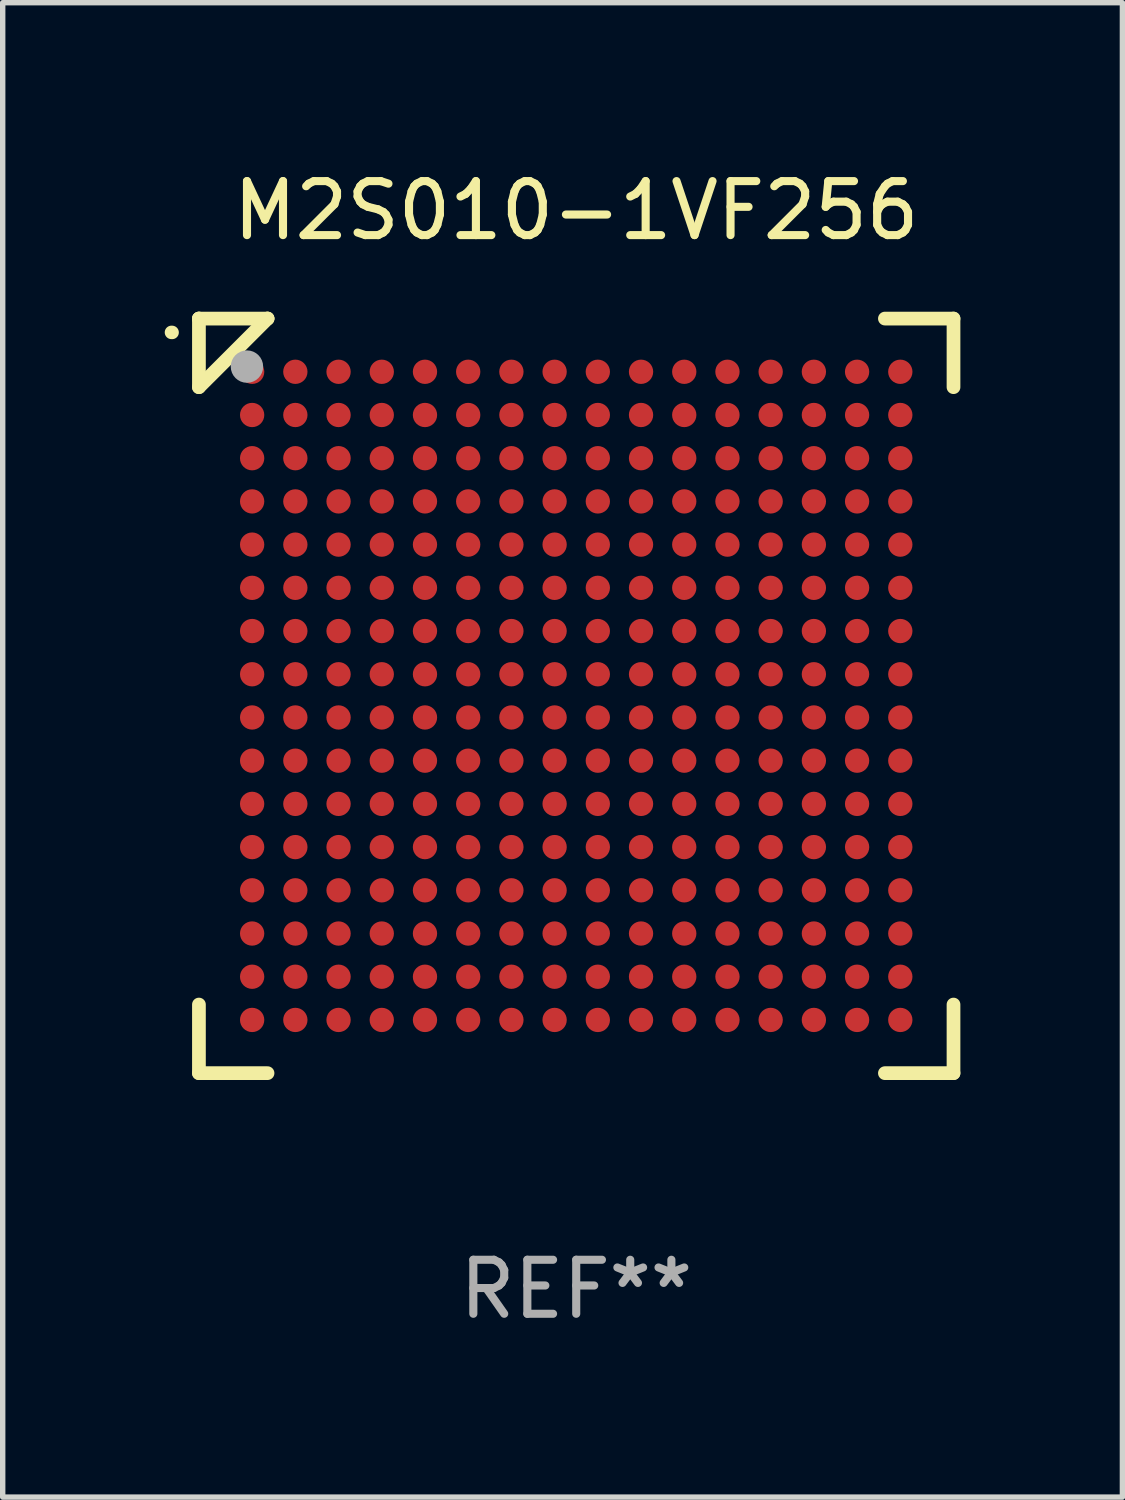
<source format=kicad_pcb>
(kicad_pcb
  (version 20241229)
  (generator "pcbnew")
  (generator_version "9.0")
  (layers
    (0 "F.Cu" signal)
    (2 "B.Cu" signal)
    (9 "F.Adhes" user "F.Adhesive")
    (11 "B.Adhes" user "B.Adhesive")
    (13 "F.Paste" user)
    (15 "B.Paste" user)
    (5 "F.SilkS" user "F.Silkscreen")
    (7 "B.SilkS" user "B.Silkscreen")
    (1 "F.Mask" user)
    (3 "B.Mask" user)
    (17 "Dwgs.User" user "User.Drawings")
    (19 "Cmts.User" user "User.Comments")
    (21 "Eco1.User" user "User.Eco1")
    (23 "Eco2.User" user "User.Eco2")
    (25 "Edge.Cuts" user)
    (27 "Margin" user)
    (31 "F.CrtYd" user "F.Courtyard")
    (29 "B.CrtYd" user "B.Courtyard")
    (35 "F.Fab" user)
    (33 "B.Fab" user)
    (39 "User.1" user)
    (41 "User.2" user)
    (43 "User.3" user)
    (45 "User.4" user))
  (footprint "M2S010-1VF256"
    (layer "F.Cu")
    (at 7.618 9.833)
    (property "Reference" "M2S010-1VF256" (at 0 -8.985 0) (layer "F.SilkS") (effects (font (size 1 1) (thickness 0.15))))
    (attr through_hole)
    (fp_line (start -6.985 -5.715) (end -6.985 -6.985) (stroke (width 0.254) (type solid)) (layer "F.SilkS"))
    (fp_line (start -6.985 6.985) (end -6.985 5.715) (stroke (width 0.254) (type solid)) (layer "F.SilkS"))
    (fp_line (start -6.985 -6.985) (end -6.985 -6.985) (stroke (width 0.254) (type solid)) (layer "F.SilkS"))
    (fp_line (start -5.715 -6.985) (end -6.985 -5.715) (stroke (width 0.254) (type solid)) (layer "F.SilkS"))
    (fp_line (start -5.715 6.985) (end -6.985 6.985) (stroke (width 0.254) (type solid)) (layer "F.SilkS"))
    (fp_line (start -5.715 -6.985) (end -6.985 -6.985) (stroke (width 0.254) (type solid)) (layer "F.SilkS"))
    (fp_line (start -5.715 -6.985) (end -5.715 -6.985) (stroke (width 0.254) (type solid)) (layer "F.SilkS"))
    (fp_line (start 5.715 -6.985) (end 6.985 -6.985) (stroke (width 0.254) (type solid)) (layer "F.SilkS"))
    (fp_line (start 6.985 -6.985) (end 6.985 -5.715) (stroke (width 0.254) (type solid)) (layer "F.SilkS"))
    (fp_line (start 6.985 5.715) (end 6.985 6.985) (stroke (width 0.254) (type solid)) (layer "F.SilkS"))
    (fp_line (start 6.985 6.985) (end 5.715 6.985) (stroke (width 0.254) (type solid)) (layer "F.SilkS"))
    (fp_arc (start -7.493091 -6.729032) (mid -7.487536 -6.72889) (end -7.481991 -6.728524) (stroke (width 0.249987) (type solid)) (layer "F.SilkS"))
    (fp_circle (center -7 -7) (end -6.97 -7) (stroke (width 0.06) (type solid)) (fill no) (layer "F.SilkS"))
    (fp_circle (center -6.096 -6.096) (end -5.946 -6.096) (stroke (width 0.3) (type solid)) (fill no) (layer "F.Fab"))
    (fp_text user "REF**" (at 0 10.985 0) (layer "F.Fab") (effects (font (size 1 1) (thickness 0.15))))
    (pad "A1" smd circle (at -6 -6) (size 0.45 0.45) (layers "F.Cu" "F.Mask" "F.Paste"))
    (pad "A2" smd circle (at -5.2 -6) (size 0.45 0.45) (layers "F.Cu" "F.Mask" "F.Paste"))
    (pad "A3" smd circle (at -4.4 -6) (size 0.45 0.45) (layers "F.Cu" "F.Mask" "F.Paste"))
    (pad "A4" smd circle (at -3.6 -6) (size 0.45 0.45) (layers "F.Cu" "F.Mask" "F.Paste"))
    (pad "A5" smd circle (at -2.8 -6) (size 0.45 0.45) (layers "F.Cu" "F.Mask" "F.Paste"))
    (pad "A6" smd circle (at -2 -6) (size 0.45 0.45) (layers "F.Cu" "F.Mask" "F.Paste"))
    (pad "A7" smd circle (at -1.2 -6) (size 0.45 0.45) (layers "F.Cu" "F.Mask" "F.Paste"))
    (pad "A8" smd circle (at -0.4 -6) (size 0.45 0.45) (layers "F.Cu" "F.Mask" "F.Paste"))
    (pad "A9" smd circle (at 0.4 -6) (size 0.45 0.45) (layers "F.Cu" "F.Mask" "F.Paste"))
    (pad "A10" smd circle (at 1.2 -6) (size 0.45 0.45) (layers "F.Cu" "F.Mask" "F.Paste"))
    (pad "A11" smd circle (at 2 -6) (size 0.45 0.45) (layers "F.Cu" "F.Mask" "F.Paste"))
    (pad "A12" smd circle (at 2.8 -6) (size 0.45 0.45) (layers "F.Cu" "F.Mask" "F.Paste"))
    (pad "A13" smd circle (at 3.6 -6) (size 0.45 0.45) (layers "F.Cu" "F.Mask" "F.Paste"))
    (pad "A14" smd circle (at 4.4 -6) (size 0.45 0.45) (layers "F.Cu" "F.Mask" "F.Paste"))
    (pad "A15" smd circle (at 5.2 -6) (size 0.45 0.45) (layers "F.Cu" "F.Mask" "F.Paste"))
    (pad "A16" smd circle (at 6 -6) (size 0.45 0.45) (layers "F.Cu" "F.Mask" "F.Paste"))
    (pad "B1" smd circle (at -6 -5.2) (size 0.45 0.45) (layers "F.Cu" "F.Mask" "F.Paste"))
    (pad "B2" smd circle (at -5.2 -5.2) (size 0.45 0.45) (layers "F.Cu" "F.Mask" "F.Paste"))
    (pad "B3" smd circle (at -4.4 -5.2) (size 0.45 0.45) (layers "F.Cu" "F.Mask" "F.Paste"))
    (pad "B4" smd circle (at -3.6 -5.2) (size 0.45 0.45) (layers "F.Cu" "F.Mask" "F.Paste"))
    (pad "B5" smd circle (at -2.8 -5.2) (size 0.45 0.45) (layers "F.Cu" "F.Mask" "F.Paste"))
    (pad "B6" smd circle (at -2 -5.2) (size 0.45 0.45) (layers "F.Cu" "F.Mask" "F.Paste"))
    (pad "B7" smd circle (at -1.2 -5.2) (size 0.45 0.45) (layers "F.Cu" "F.Mask" "F.Paste"))
    (pad "B8" smd circle (at -0.4 -5.2) (size 0.45 0.45) (layers "F.Cu" "F.Mask" "F.Paste"))
    (pad "B9" smd circle (at 0.4 -5.2) (size 0.45 0.45) (layers "F.Cu" "F.Mask" "F.Paste"))
    (pad "B10" smd circle (at 1.2 -5.2) (size 0.45 0.45) (layers "F.Cu" "F.Mask" "F.Paste"))
    (pad "B11" smd circle (at 2 -5.2) (size 0.45 0.45) (layers "F.Cu" "F.Mask" "F.Paste"))
    (pad "B12" smd circle (at 2.8 -5.2) (size 0.45 0.45) (layers "F.Cu" "F.Mask" "F.Paste"))
    (pad "B13" smd circle (at 3.6 -5.2) (size 0.45 0.45) (layers "F.Cu" "F.Mask" "F.Paste"))
    (pad "B14" smd circle (at 4.4 -5.2) (size 0.45 0.45) (layers "F.Cu" "F.Mask" "F.Paste"))
    (pad "B15" smd circle (at 5.2 -5.2) (size 0.45 0.45) (layers "F.Cu" "F.Mask" "F.Paste"))
    (pad "B16" smd circle (at 6 -5.2) (size 0.45 0.45) (layers "F.Cu" "F.Mask" "F.Paste"))
    (pad "C1" smd circle (at -6 -4.4) (size 0.45 0.45) (layers "F.Cu" "F.Mask" "F.Paste"))
    (pad "C2" smd circle (at -5.2 -4.4) (size 0.45 0.45) (layers "F.Cu" "F.Mask" "F.Paste"))
    (pad "C3" smd circle (at -4.4 -4.4) (size 0.45 0.45) (layers "F.Cu" "F.Mask" "F.Paste"))
    (pad "C4" smd circle (at -3.6 -4.4) (size 0.45 0.45) (layers "F.Cu" "F.Mask" "F.Paste"))
    (pad "C5" smd circle (at -2.8 -4.4) (size 0.45 0.45) (layers "F.Cu" "F.Mask" "F.Paste"))
    (pad "C6" smd circle (at -2 -4.4) (size 0.45 0.45) (layers "F.Cu" "F.Mask" "F.Paste"))
    (pad "C7" smd circle (at -1.2 -4.4) (size 0.45 0.45) (layers "F.Cu" "F.Mask" "F.Paste"))
    (pad "C8" smd circle (at -0.4 -4.4) (size 0.45 0.45) (layers "F.Cu" "F.Mask" "F.Paste"))
    (pad "C9" smd circle (at 0.4 -4.4) (size 0.45 0.45) (layers "F.Cu" "F.Mask" "F.Paste"))
    (pad "C10" smd circle (at 1.2 -4.4) (size 0.45 0.45) (layers "F.Cu" "F.Mask" "F.Paste"))
    (pad "C11" smd circle (at 2 -4.4) (size 0.45 0.45) (layers "F.Cu" "F.Mask" "F.Paste"))
    (pad "C12" smd circle (at 2.8 -4.4) (size 0.45 0.45) (layers "F.Cu" "F.Mask" "F.Paste"))
    (pad "C13" smd circle (at 3.6 -4.4) (size 0.45 0.45) (layers "F.Cu" "F.Mask" "F.Paste"))
    (pad "C14" smd circle (at 4.4 -4.4) (size 0.45 0.45) (layers "F.Cu" "F.Mask" "F.Paste"))
    (pad "C15" smd circle (at 5.2 -4.4) (size 0.45 0.45) (layers "F.Cu" "F.Mask" "F.Paste"))
    (pad "C16" smd circle (at 6 -4.4) (size 0.45 0.45) (layers "F.Cu" "F.Mask" "F.Paste"))
    (pad "D1" smd circle (at -6 -3.6) (size 0.45 0.45) (layers "F.Cu" "F.Mask" "F.Paste"))
    (pad "D2" smd circle (at -5.2 -3.6) (size 0.45 0.45) (layers "F.Cu" "F.Mask" "F.Paste"))
    (pad "D3" smd circle (at -4.4 -3.6) (size 0.45 0.45) (layers "F.Cu" "F.Mask" "F.Paste"))
    (pad "D4" smd circle (at -3.6 -3.6) (size 0.45 0.45) (layers "F.Cu" "F.Mask" "F.Paste"))
    (pad "D5" smd circle (at -2.8 -3.6) (size 0.45 0.45) (layers "F.Cu" "F.Mask" "F.Paste"))
    (pad "D6" smd circle (at -2 -3.6) (size 0.45 0.45) (layers "F.Cu" "F.Mask" "F.Paste"))
    (pad "D7" smd circle (at -1.2 -3.6) (size 0.45 0.45) (layers "F.Cu" "F.Mask" "F.Paste"))
    (pad "D8" smd circle (at -0.4 -3.6) (size 0.45 0.45) (layers "F.Cu" "F.Mask" "F.Paste"))
    (pad "D9" smd circle (at 0.4 -3.6) (size 0.45 0.45) (layers "F.Cu" "F.Mask" "F.Paste"))
    (pad "D10" smd circle (at 1.2 -3.6) (size 0.45 0.45) (layers "F.Cu" "F.Mask" "F.Paste"))
    (pad "D11" smd circle (at 2 -3.6) (size 0.45 0.45) (layers "F.Cu" "F.Mask" "F.Paste"))
    (pad "D12" smd circle (at 2.8 -3.6) (size 0.45 0.45) (layers "F.Cu" "F.Mask" "F.Paste"))
    (pad "D13" smd circle (at 3.6 -3.6) (size 0.45 0.45) (layers "F.Cu" "F.Mask" "F.Paste"))
    (pad "D14" smd circle (at 4.4 -3.6) (size 0.45 0.45) (layers "F.Cu" "F.Mask" "F.Paste"))
    (pad "D15" smd circle (at 5.2 -3.6) (size 0.45 0.45) (layers "F.Cu" "F.Mask" "F.Paste"))
    (pad "D16" smd circle (at 6 -3.6) (size 0.45 0.45) (layers "F.Cu" "F.Mask" "F.Paste"))
    (pad "E1" smd circle (at -6 -2.8) (size 0.45 0.45) (layers "F.Cu" "F.Mask" "F.Paste"))
    (pad "E2" smd circle (at -5.2 -2.8) (size 0.45 0.45) (layers "F.Cu" "F.Mask" "F.Paste"))
    (pad "E3" smd circle (at -4.4 -2.8) (size 0.45 0.45) (layers "F.Cu" "F.Mask" "F.Paste"))
    (pad "E4" smd circle (at -3.6 -2.8) (size 0.45 0.45) (layers "F.Cu" "F.Mask" "F.Paste"))
    (pad "E5" smd circle (at -2.8 -2.8) (size 0.45 0.45) (layers "F.Cu" "F.Mask" "F.Paste"))
    (pad "E6" smd circle (at -2 -2.8) (size 0.45 0.45) (layers "F.Cu" "F.Mask" "F.Paste"))
    (pad "E7" smd circle (at -1.2 -2.8) (size 0.45 0.45) (layers "F.Cu" "F.Mask" "F.Paste"))
    (pad "E8" smd circle (at -0.4 -2.8) (size 0.45 0.45) (layers "F.Cu" "F.Mask" "F.Paste"))
    (pad "E9" smd circle (at 0.4 -2.8) (size 0.45 0.45) (layers "F.Cu" "F.Mask" "F.Paste"))
    (pad "E10" smd circle (at 1.2 -2.8) (size 0.45 0.45) (layers "F.Cu" "F.Mask" "F.Paste"))
    (pad "E11" smd circle (at 2 -2.8) (size 0.45 0.45) (layers "F.Cu" "F.Mask" "F.Paste"))
    (pad "E12" smd circle (at 2.8 -2.8) (size 0.45 0.45) (layers "F.Cu" "F.Mask" "F.Paste"))
    (pad "E13" smd circle (at 3.6 -2.8) (size 0.45 0.45) (layers "F.Cu" "F.Mask" "F.Paste"))
    (pad "E14" smd circle (at 4.4 -2.8) (size 0.45 0.45) (layers "F.Cu" "F.Mask" "F.Paste"))
    (pad "E15" smd circle (at 5.2 -2.8) (size 0.45 0.45) (layers "F.Cu" "F.Mask" "F.Paste"))
    (pad "E16" smd circle (at 6 -2.8) (size 0.45 0.45) (layers "F.Cu" "F.Mask" "F.Paste"))
    (pad "F1" smd circle (at -6 -2) (size 0.45 0.45) (layers "F.Cu" "F.Mask" "F.Paste"))
    (pad "F2" smd circle (at -5.2 -2) (size 0.45 0.45) (layers "F.Cu" "F.Mask" "F.Paste"))
    (pad "F3" smd circle (at -4.4 -2) (size 0.45 0.45) (layers "F.Cu" "F.Mask" "F.Paste"))
    (pad "F4" smd circle (at -3.6 -2) (size 0.45 0.45) (layers "F.Cu" "F.Mask" "F.Paste"))
    (pad "F5" smd circle (at -2.8 -2) (size 0.45 0.45) (layers "F.Cu" "F.Mask" "F.Paste"))
    (pad "F6" smd circle (at -2 -2) (size 0.45 0.45) (layers "F.Cu" "F.Mask" "F.Paste"))
    (pad "F7" smd circle (at -1.2 -2) (size 0.45 0.45) (layers "F.Cu" "F.Mask" "F.Paste"))
    (pad "F8" smd circle (at -0.4 -2) (size 0.45 0.45) (layers "F.Cu" "F.Mask" "F.Paste"))
    (pad "F9" smd circle (at 0.4 -2) (size 0.45 0.45) (layers "F.Cu" "F.Mask" "F.Paste"))
    (pad "F10" smd circle (at 1.2 -2) (size 0.45 0.45) (layers "F.Cu" "F.Mask" "F.Paste"))
    (pad "F11" smd circle (at 2 -2) (size 0.45 0.45) (layers "F.Cu" "F.Mask" "F.Paste"))
    (pad "F12" smd circle (at 2.8 -2) (size 0.45 0.45) (layers "F.Cu" "F.Mask" "F.Paste"))
    (pad "F13" smd circle (at 3.6 -2) (size 0.45 0.45) (layers "F.Cu" "F.Mask" "F.Paste"))
    (pad "F14" smd circle (at 4.4 -2) (size 0.45 0.45) (layers "F.Cu" "F.Mask" "F.Paste"))
    (pad "F15" smd circle (at 5.2 -2) (size 0.45 0.45) (layers "F.Cu" "F.Mask" "F.Paste"))
    (pad "F16" smd circle (at 6 -2) (size 0.45 0.45) (layers "F.Cu" "F.Mask" "F.Paste"))
    (pad "G1" smd circle (at -6 -1.2) (size 0.45 0.45) (layers "F.Cu" "F.Mask" "F.Paste"))
    (pad "G2" smd circle (at -5.2 -1.2) (size 0.45 0.45) (layers "F.Cu" "F.Mask" "F.Paste"))
    (pad "G3" smd circle (at -4.4 -1.2) (size 0.45 0.45) (layers "F.Cu" "F.Mask" "F.Paste"))
    (pad "G4" smd circle (at -3.6 -1.2) (size 0.45 0.45) (layers "F.Cu" "F.Mask" "F.Paste"))
    (pad "G5" smd circle (at -2.8 -1.2) (size 0.45 0.45) (layers "F.Cu" "F.Mask" "F.Paste"))
    (pad "G6" smd circle (at -2 -1.2) (size 0.45 0.45) (layers "F.Cu" "F.Mask" "F.Paste"))
    (pad "G7" smd circle (at -1.2 -1.2) (size 0.45 0.45) (layers "F.Cu" "F.Mask" "F.Paste"))
    (pad "G8" smd circle (at -0.4 -1.2) (size 0.45 0.45) (layers "F.Cu" "F.Mask" "F.Paste"))
    (pad "G9" smd circle (at 0.4 -1.2) (size 0.45 0.45) (layers "F.Cu" "F.Mask" "F.Paste"))
    (pad "G10" smd circle (at 1.2 -1.2) (size 0.45 0.45) (layers "F.Cu" "F.Mask" "F.Paste"))
    (pad "G11" smd circle (at 2 -1.2) (size 0.45 0.45) (layers "F.Cu" "F.Mask" "F.Paste"))
    (pad "G12" smd circle (at 2.8 -1.2) (size 0.45 0.45) (layers "F.Cu" "F.Mask" "F.Paste"))
    (pad "G13" smd circle (at 3.6 -1.2) (size 0.45 0.45) (layers "F.Cu" "F.Mask" "F.Paste"))
    (pad "G14" smd circle (at 4.4 -1.2) (size 0.45 0.45) (layers "F.Cu" "F.Mask" "F.Paste"))
    (pad "G15" smd circle (at 5.2 -1.2) (size 0.45 0.45) (layers "F.Cu" "F.Mask" "F.Paste"))
    (pad "G16" smd circle (at 6 -1.2) (size 0.45 0.45) (layers "F.Cu" "F.Mask" "F.Paste"))
    (pad "H1" smd circle (at -6 -0.4) (size 0.45 0.45) (layers "F.Cu" "F.Mask" "F.Paste"))
    (pad "H2" smd circle (at -5.2 -0.4) (size 0.45 0.45) (layers "F.Cu" "F.Mask" "F.Paste"))
    (pad "H3" smd circle (at -4.4 -0.4) (size 0.45 0.45) (layers "F.Cu" "F.Mask" "F.Paste"))
    (pad "H4" smd circle (at -3.6 -0.4) (size 0.45 0.45) (layers "F.Cu" "F.Mask" "F.Paste"))
    (pad "H5" smd circle (at -2.8 -0.4) (size 0.45 0.45) (layers "F.Cu" "F.Mask" "F.Paste"))
    (pad "H6" smd circle (at -2 -0.4) (size 0.45 0.45) (layers "F.Cu" "F.Mask" "F.Paste"))
    (pad "H7" smd circle (at -1.2 -0.4) (size 0.45 0.45) (layers "F.Cu" "F.Mask" "F.Paste"))
    (pad "H8" smd circle (at -0.4 -0.4) (size 0.45 0.45) (layers "F.Cu" "F.Mask" "F.Paste"))
    (pad "H9" smd circle (at 0.4 -0.4) (size 0.45 0.45) (layers "F.Cu" "F.Mask" "F.Paste"))
    (pad "H10" smd circle (at 1.2 -0.4) (size 0.45 0.45) (layers "F.Cu" "F.Mask" "F.Paste"))
    (pad "H11" smd circle (at 2 -0.4) (size 0.45 0.45) (layers "F.Cu" "F.Mask" "F.Paste"))
    (pad "H12" smd circle (at 2.8 -0.4) (size 0.45 0.45) (layers "F.Cu" "F.Mask" "F.Paste"))
    (pad "H13" smd circle (at 3.6 -0.4) (size 0.45 0.45) (layers "F.Cu" "F.Mask" "F.Paste"))
    (pad "H14" smd circle (at 4.4 -0.4) (size 0.45 0.45) (layers "F.Cu" "F.Mask" "F.Paste"))
    (pad "H15" smd circle (at 5.2 -0.4) (size 0.45 0.45) (layers "F.Cu" "F.Mask" "F.Paste"))
    (pad "H16" smd circle (at 6 -0.4) (size 0.45 0.45) (layers "F.Cu" "F.Mask" "F.Paste"))
    (pad "J1" smd circle (at -6 0.4) (size 0.45 0.45) (layers "F.Cu" "F.Mask" "F.Paste"))
    (pad "J2" smd circle (at -5.2 0.4) (size 0.45 0.45) (layers "F.Cu" "F.Mask" "F.Paste"))
    (pad "J3" smd circle (at -4.4 0.4) (size 0.45 0.45) (layers "F.Cu" "F.Mask" "F.Paste"))
    (pad "J4" smd circle (at -3.6 0.4) (size 0.45 0.45) (layers "F.Cu" "F.Mask" "F.Paste"))
    (pad "J5" smd circle (at -2.8 0.4) (size 0.45 0.45) (layers "F.Cu" "F.Mask" "F.Paste"))
    (pad "J6" smd circle (at -2 0.4) (size 0.45 0.45) (layers "F.Cu" "F.Mask" "F.Paste"))
    (pad "J7" smd circle (at -1.2 0.4) (size 0.45 0.45) (layers "F.Cu" "F.Mask" "F.Paste"))
    (pad "J8" smd circle (at -0.4 0.4) (size 0.45 0.45) (layers "F.Cu" "F.Mask" "F.Paste"))
    (pad "J9" smd circle (at 0.4 0.4) (size 0.45 0.45) (layers "F.Cu" "F.Mask" "F.Paste"))
    (pad "J10" smd circle (at 1.2 0.4) (size 0.45 0.45) (layers "F.Cu" "F.Mask" "F.Paste"))
    (pad "J11" smd circle (at 2 0.4) (size 0.45 0.45) (layers "F.Cu" "F.Mask" "F.Paste"))
    (pad "J12" smd circle (at 2.8 0.4) (size 0.45 0.45) (layers "F.Cu" "F.Mask" "F.Paste"))
    (pad "J13" smd circle (at 3.6 0.4) (size 0.45 0.45) (layers "F.Cu" "F.Mask" "F.Paste"))
    (pad "J14" smd circle (at 4.4 0.4) (size 0.45 0.45) (layers "F.Cu" "F.Mask" "F.Paste"))
    (pad "J15" smd circle (at 5.2 0.4) (size 0.45 0.45) (layers "F.Cu" "F.Mask" "F.Paste"))
    (pad "J16" smd circle (at 6 0.4) (size 0.45 0.45) (layers "F.Cu" "F.Mask" "F.Paste"))
    (pad "K1" smd circle (at -6 1.2) (size 0.45 0.45) (layers "F.Cu" "F.Mask" "F.Paste"))
    (pad "K2" smd circle (at -5.2 1.2) (size 0.45 0.45) (layers "F.Cu" "F.Mask" "F.Paste"))
    (pad "K3" smd circle (at -4.4 1.2) (size 0.45 0.45) (layers "F.Cu" "F.Mask" "F.Paste"))
    (pad "K4" smd circle (at -3.6 1.2) (size 0.45 0.45) (layers "F.Cu" "F.Mask" "F.Paste"))
    (pad "K5" smd circle (at -2.8 1.2) (size 0.45 0.45) (layers "F.Cu" "F.Mask" "F.Paste"))
    (pad "K6" smd circle (at -2 1.2) (size 0.45 0.45) (layers "F.Cu" "F.Mask" "F.Paste"))
    (pad "K7" smd circle (at -1.2 1.2) (size 0.45 0.45) (layers "F.Cu" "F.Mask" "F.Paste"))
    (pad "K8" smd circle (at -0.4 1.2) (size 0.45 0.45) (layers "F.Cu" "F.Mask" "F.Paste"))
    (pad "K9" smd circle (at 0.4 1.2) (size 0.45 0.45) (layers "F.Cu" "F.Mask" "F.Paste"))
    (pad "K10" smd circle (at 1.2 1.2) (size 0.45 0.45) (layers "F.Cu" "F.Mask" "F.Paste"))
    (pad "K11" smd circle (at 2 1.2) (size 0.45 0.45) (layers "F.Cu" "F.Mask" "F.Paste"))
    (pad "K12" smd circle (at 2.8 1.2) (size 0.45 0.45) (layers "F.Cu" "F.Mask" "F.Paste"))
    (pad "K13" smd circle (at 3.6 1.2) (size 0.45 0.45) (layers "F.Cu" "F.Mask" "F.Paste"))
    (pad "K14" smd circle (at 4.4 1.2) (size 0.45 0.45) (layers "F.Cu" "F.Mask" "F.Paste"))
    (pad "K15" smd circle (at 5.2 1.2) (size 0.45 0.45) (layers "F.Cu" "F.Mask" "F.Paste"))
    (pad "K16" smd circle (at 6 1.2) (size 0.45 0.45) (layers "F.Cu" "F.Mask" "F.Paste"))
    (pad "L1" smd circle (at -6 2) (size 0.45 0.45) (layers "F.Cu" "F.Mask" "F.Paste"))
    (pad "L2" smd circle (at -5.2 2) (size 0.45 0.45) (layers "F.Cu" "F.Mask" "F.Paste"))
    (pad "L3" smd circle (at -4.4 2) (size 0.45 0.45) (layers "F.Cu" "F.Mask" "F.Paste"))
    (pad "L4" smd circle (at -3.6 2) (size 0.45 0.45) (layers "F.Cu" "F.Mask" "F.Paste"))
    (pad "L5" smd circle (at -2.8 2) (size 0.45 0.45) (layers "F.Cu" "F.Mask" "F.Paste"))
    (pad "L6" smd circle (at -2 2) (size 0.45 0.45) (layers "F.Cu" "F.Mask" "F.Paste"))
    (pad "L7" smd circle (at -1.2 2) (size 0.45 0.45) (layers "F.Cu" "F.Mask" "F.Paste"))
    (pad "L8" smd circle (at -0.4 2) (size 0.45 0.45) (layers "F.Cu" "F.Mask" "F.Paste"))
    (pad "L9" smd circle (at 0.4 2) (size 0.45 0.45) (layers "F.Cu" "F.Mask" "F.Paste"))
    (pad "L10" smd circle (at 1.2 2) (size 0.45 0.45) (layers "F.Cu" "F.Mask" "F.Paste"))
    (pad "L11" smd circle (at 2 2) (size 0.45 0.45) (layers "F.Cu" "F.Mask" "F.Paste"))
    (pad "L12" smd circle (at 2.8 2) (size 0.45 0.45) (layers "F.Cu" "F.Mask" "F.Paste"))
    (pad "L13" smd circle (at 3.6 2) (size 0.45 0.45) (layers "F.Cu" "F.Mask" "F.Paste"))
    (pad "L14" smd circle (at 4.4 2) (size 0.45 0.45) (layers "F.Cu" "F.Mask" "F.Paste"))
    (pad "L15" smd circle (at 5.2 2) (size 0.45 0.45) (layers "F.Cu" "F.Mask" "F.Paste"))
    (pad "L16" smd circle (at 6 2) (size 0.45 0.45) (layers "F.Cu" "F.Mask" "F.Paste"))
    (pad "M1" smd circle (at -6 2.8) (size 0.45 0.45) (layers "F.Cu" "F.Mask" "F.Paste"))
    (pad "M2" smd circle (at -5.2 2.8) (size 0.45 0.45) (layers "F.Cu" "F.Mask" "F.Paste"))
    (pad "M3" smd circle (at -4.4 2.8) (size 0.45 0.45) (layers "F.Cu" "F.Mask" "F.Paste"))
    (pad "M4" smd circle (at -3.6 2.8) (size 0.45 0.45) (layers "F.Cu" "F.Mask" "F.Paste"))
    (pad "M5" smd circle (at -2.8 2.8) (size 0.45 0.45) (layers "F.Cu" "F.Mask" "F.Paste"))
    (pad "M6" smd circle (at -2 2.8) (size 0.45 0.45) (layers "F.Cu" "F.Mask" "F.Paste"))
    (pad "M7" smd circle (at -1.2 2.8) (size 0.45 0.45) (layers "F.Cu" "F.Mask" "F.Paste"))
    (pad "M8" smd circle (at -0.4 2.8) (size 0.45 0.45) (layers "F.Cu" "F.Mask" "F.Paste"))
    (pad "M9" smd circle (at 0.4 2.8) (size 0.45 0.45) (layers "F.Cu" "F.Mask" "F.Paste"))
    (pad "M10" smd circle (at 1.2 2.8) (size 0.45 0.45) (layers "F.Cu" "F.Mask" "F.Paste"))
    (pad "M11" smd circle (at 2 2.8) (size 0.45 0.45) (layers "F.Cu" "F.Mask" "F.Paste"))
    (pad "M12" smd circle (at 2.8 2.8) (size 0.45 0.45) (layers "F.Cu" "F.Mask" "F.Paste"))
    (pad "M13" smd circle (at 3.6 2.8) (size 0.45 0.45) (layers "F.Cu" "F.Mask" "F.Paste"))
    (pad "M14" smd circle (at 4.4 2.8) (size 0.45 0.45) (layers "F.Cu" "F.Mask" "F.Paste"))
    (pad "M15" smd circle (at 5.2 2.8) (size 0.45 0.45) (layers "F.Cu" "F.Mask" "F.Paste"))
    (pad "M16" smd circle (at 6 2.8) (size 0.45 0.45) (layers "F.Cu" "F.Mask" "F.Paste"))
    (pad "N1" smd circle (at -6 3.6) (size 0.45 0.45) (layers "F.Cu" "F.Mask" "F.Paste"))
    (pad "N2" smd circle (at -5.2 3.6) (size 0.45 0.45) (layers "F.Cu" "F.Mask" "F.Paste"))
    (pad "N3" smd circle (at -4.4 3.6) (size 0.45 0.45) (layers "F.Cu" "F.Mask" "F.Paste"))
    (pad "N4" smd circle (at -3.6 3.6) (size 0.45 0.45) (layers "F.Cu" "F.Mask" "F.Paste"))
    (pad "N5" smd circle (at -2.8 3.6) (size 0.45 0.45) (layers "F.Cu" "F.Mask" "F.Paste"))
    (pad "N6" smd circle (at -2 3.6) (size 0.45 0.45) (layers "F.Cu" "F.Mask" "F.Paste"))
    (pad "N7" smd circle (at -1.2 3.6) (size 0.45 0.45) (layers "F.Cu" "F.Mask" "F.Paste"))
    (pad "N8" smd circle (at -0.4 3.6) (size 0.45 0.45) (layers "F.Cu" "F.Mask" "F.Paste"))
    (pad "N9" smd circle (at 0.4 3.6) (size 0.45 0.45) (layers "F.Cu" "F.Mask" "F.Paste"))
    (pad "N10" smd circle (at 1.2 3.6) (size 0.45 0.45) (layers "F.Cu" "F.Mask" "F.Paste"))
    (pad "N11" smd circle (at 2 3.6) (size 0.45 0.45) (layers "F.Cu" "F.Mask" "F.Paste"))
    (pad "N12" smd circle (at 2.8 3.6) (size 0.45 0.45) (layers "F.Cu" "F.Mask" "F.Paste"))
    (pad "N13" smd circle (at 3.6 3.6) (size 0.45 0.45) (layers "F.Cu" "F.Mask" "F.Paste"))
    (pad "N14" smd circle (at 4.4 3.6) (size 0.45 0.45) (layers "F.Cu" "F.Mask" "F.Paste"))
    (pad "N15" smd circle (at 5.2 3.6) (size 0.45 0.45) (layers "F.Cu" "F.Mask" "F.Paste"))
    (pad "N16" smd circle (at 6 3.6) (size 0.45 0.45) (layers "F.Cu" "F.Mask" "F.Paste"))
    (pad "P1" smd circle (at -6 4.4) (size 0.45 0.45) (layers "F.Cu" "F.Mask" "F.Paste"))
    (pad "P2" smd circle (at -5.2 4.4) (size 0.45 0.45) (layers "F.Cu" "F.Mask" "F.Paste"))
    (pad "P3" smd circle (at -4.4 4.4) (size 0.45 0.45) (layers "F.Cu" "F.Mask" "F.Paste"))
    (pad "P4" smd circle (at -3.6 4.4) (size 0.45 0.45) (layers "F.Cu" "F.Mask" "F.Paste"))
    (pad "P5" smd circle (at -2.8 4.4) (size 0.45 0.45) (layers "F.Cu" "F.Mask" "F.Paste"))
    (pad "P6" smd circle (at -2 4.4) (size 0.45 0.45) (layers "F.Cu" "F.Mask" "F.Paste"))
    (pad "P7" smd circle (at -1.2 4.4) (size 0.45 0.45) (layers "F.Cu" "F.Mask" "F.Paste"))
    (pad "P8" smd circle (at -0.4 4.4) (size 0.45 0.45) (layers "F.Cu" "F.Mask" "F.Paste"))
    (pad "P9" smd circle (at 0.4 4.4) (size 0.45 0.45) (layers "F.Cu" "F.Mask" "F.Paste"))
    (pad "P10" smd circle (at 1.2 4.4) (size 0.45 0.45) (layers "F.Cu" "F.Mask" "F.Paste"))
    (pad "P11" smd circle (at 2 4.4) (size 0.45 0.45) (layers "F.Cu" "F.Mask" "F.Paste"))
    (pad "P12" smd circle (at 2.8 4.4) (size 0.45 0.45) (layers "F.Cu" "F.Mask" "F.Paste"))
    (pad "P13" smd circle (at 3.6 4.4) (size 0.45 0.45) (layers "F.Cu" "F.Mask" "F.Paste"))
    (pad "P14" smd circle (at 4.4 4.4) (size 0.45 0.45) (layers "F.Cu" "F.Mask" "F.Paste"))
    (pad "P15" smd circle (at 5.2 4.4) (size 0.45 0.45) (layers "F.Cu" "F.Mask" "F.Paste"))
    (pad "P16" smd circle (at 6 4.4) (size 0.45 0.45) (layers "F.Cu" "F.Mask" "F.Paste"))
    (pad "R1" smd circle (at -6 5.2) (size 0.45 0.45) (layers "F.Cu" "F.Mask" "F.Paste"))
    (pad "R2" smd circle (at -5.2 5.2) (size 0.45 0.45) (layers "F.Cu" "F.Mask" "F.Paste"))
    (pad "R3" smd circle (at -4.4 5.2) (size 0.45 0.45) (layers "F.Cu" "F.Mask" "F.Paste"))
    (pad "R4" smd circle (at -3.6 5.2) (size 0.45 0.45) (layers "F.Cu" "F.Mask" "F.Paste"))
    (pad "R5" smd circle (at -2.8 5.2) (size 0.45 0.45) (layers "F.Cu" "F.Mask" "F.Paste"))
    (pad "R6" smd circle (at -2 5.2) (size 0.45 0.45) (layers "F.Cu" "F.Mask" "F.Paste"))
    (pad "R7" smd circle (at -1.2 5.2) (size 0.45 0.45) (layers "F.Cu" "F.Mask" "F.Paste"))
    (pad "R8" smd circle (at -0.4 5.2) (size 0.45 0.45) (layers "F.Cu" "F.Mask" "F.Paste"))
    (pad "R9" smd circle (at 0.4 5.2) (size 0.45 0.45) (layers "F.Cu" "F.Mask" "F.Paste"))
    (pad "R10" smd circle (at 1.2 5.2) (size 0.45 0.45) (layers "F.Cu" "F.Mask" "F.Paste"))
    (pad "R11" smd circle (at 2 5.2) (size 0.45 0.45) (layers "F.Cu" "F.Mask" "F.Paste"))
    (pad "R12" smd circle (at 2.8 5.2) (size 0.45 0.45) (layers "F.Cu" "F.Mask" "F.Paste"))
    (pad "R13" smd circle (at 3.6 5.2) (size 0.45 0.45) (layers "F.Cu" "F.Mask" "F.Paste"))
    (pad "R14" smd circle (at 4.4 5.2) (size 0.45 0.45) (layers "F.Cu" "F.Mask" "F.Paste"))
    (pad "R15" smd circle (at 5.2 5.2) (size 0.45 0.45) (layers "F.Cu" "F.Mask" "F.Paste"))
    (pad "R16" smd circle (at 6 5.2) (size 0.45 0.45) (layers "F.Cu" "F.Mask" "F.Paste"))
    (pad "T1" smd circle (at -6 6) (size 0.45 0.45) (layers "F.Cu" "F.Mask" "F.Paste"))
    (pad "T2" smd circle (at -5.2 6) (size 0.45 0.45) (layers "F.Cu" "F.Mask" "F.Paste"))
    (pad "T3" smd circle (at -4.4 6) (size 0.45 0.45) (layers "F.Cu" "F.Mask" "F.Paste"))
    (pad "T4" smd circle (at -3.6 6) (size 0.45 0.45) (layers "F.Cu" "F.Mask" "F.Paste"))
    (pad "T5" smd circle (at -2.8 6) (size 0.45 0.45) (layers "F.Cu" "F.Mask" "F.Paste"))
    (pad "T6" smd circle (at -2 6) (size 0.45 0.45) (layers "F.Cu" "F.Mask" "F.Paste"))
    (pad "T7" smd circle (at -1.2 6) (size 0.45 0.45) (layers "F.Cu" "F.Mask" "F.Paste"))
    (pad "T8" smd circle (at -0.4 6) (size 0.45 0.45) (layers "F.Cu" "F.Mask" "F.Paste"))
    (pad "T9" smd circle (at 0.4 6) (size 0.45 0.45) (layers "F.Cu" "F.Mask" "F.Paste"))
    (pad "T10" smd circle (at 1.2 6) (size 0.45 0.45) (layers "F.Cu" "F.Mask" "F.Paste"))
    (pad "T11" smd circle (at 2 6) (size 0.45 0.45) (layers "F.Cu" "F.Mask" "F.Paste"))
    (pad "T12" smd circle (at 2.8 6) (size 0.45 0.45) (layers "F.Cu" "F.Mask" "F.Paste"))
    (pad "T13" smd circle (at 3.6 6) (size 0.45 0.45) (layers "F.Cu" "F.Mask" "F.Paste"))
    (pad "T14" smd circle (at 4.4 6) (size 0.45 0.45) (layers "F.Cu" "F.Mask" "F.Paste"))
    (pad "T15" smd circle (at 5.2 6) (size 0.45 0.45) (layers "F.Cu" "F.Mask" "F.Paste"))
    (pad "T16" smd circle (at 6 6) (size 0.45 0.45) (layers "F.Cu" "F.Mask" "F.Paste")))
  (gr_rect
    (start -3 -3)
    (end 17.73 24.667)
    (stroke (width 0.1) (type default))
    (fill no)
    (layer "Edge.Cuts")))
</source>
